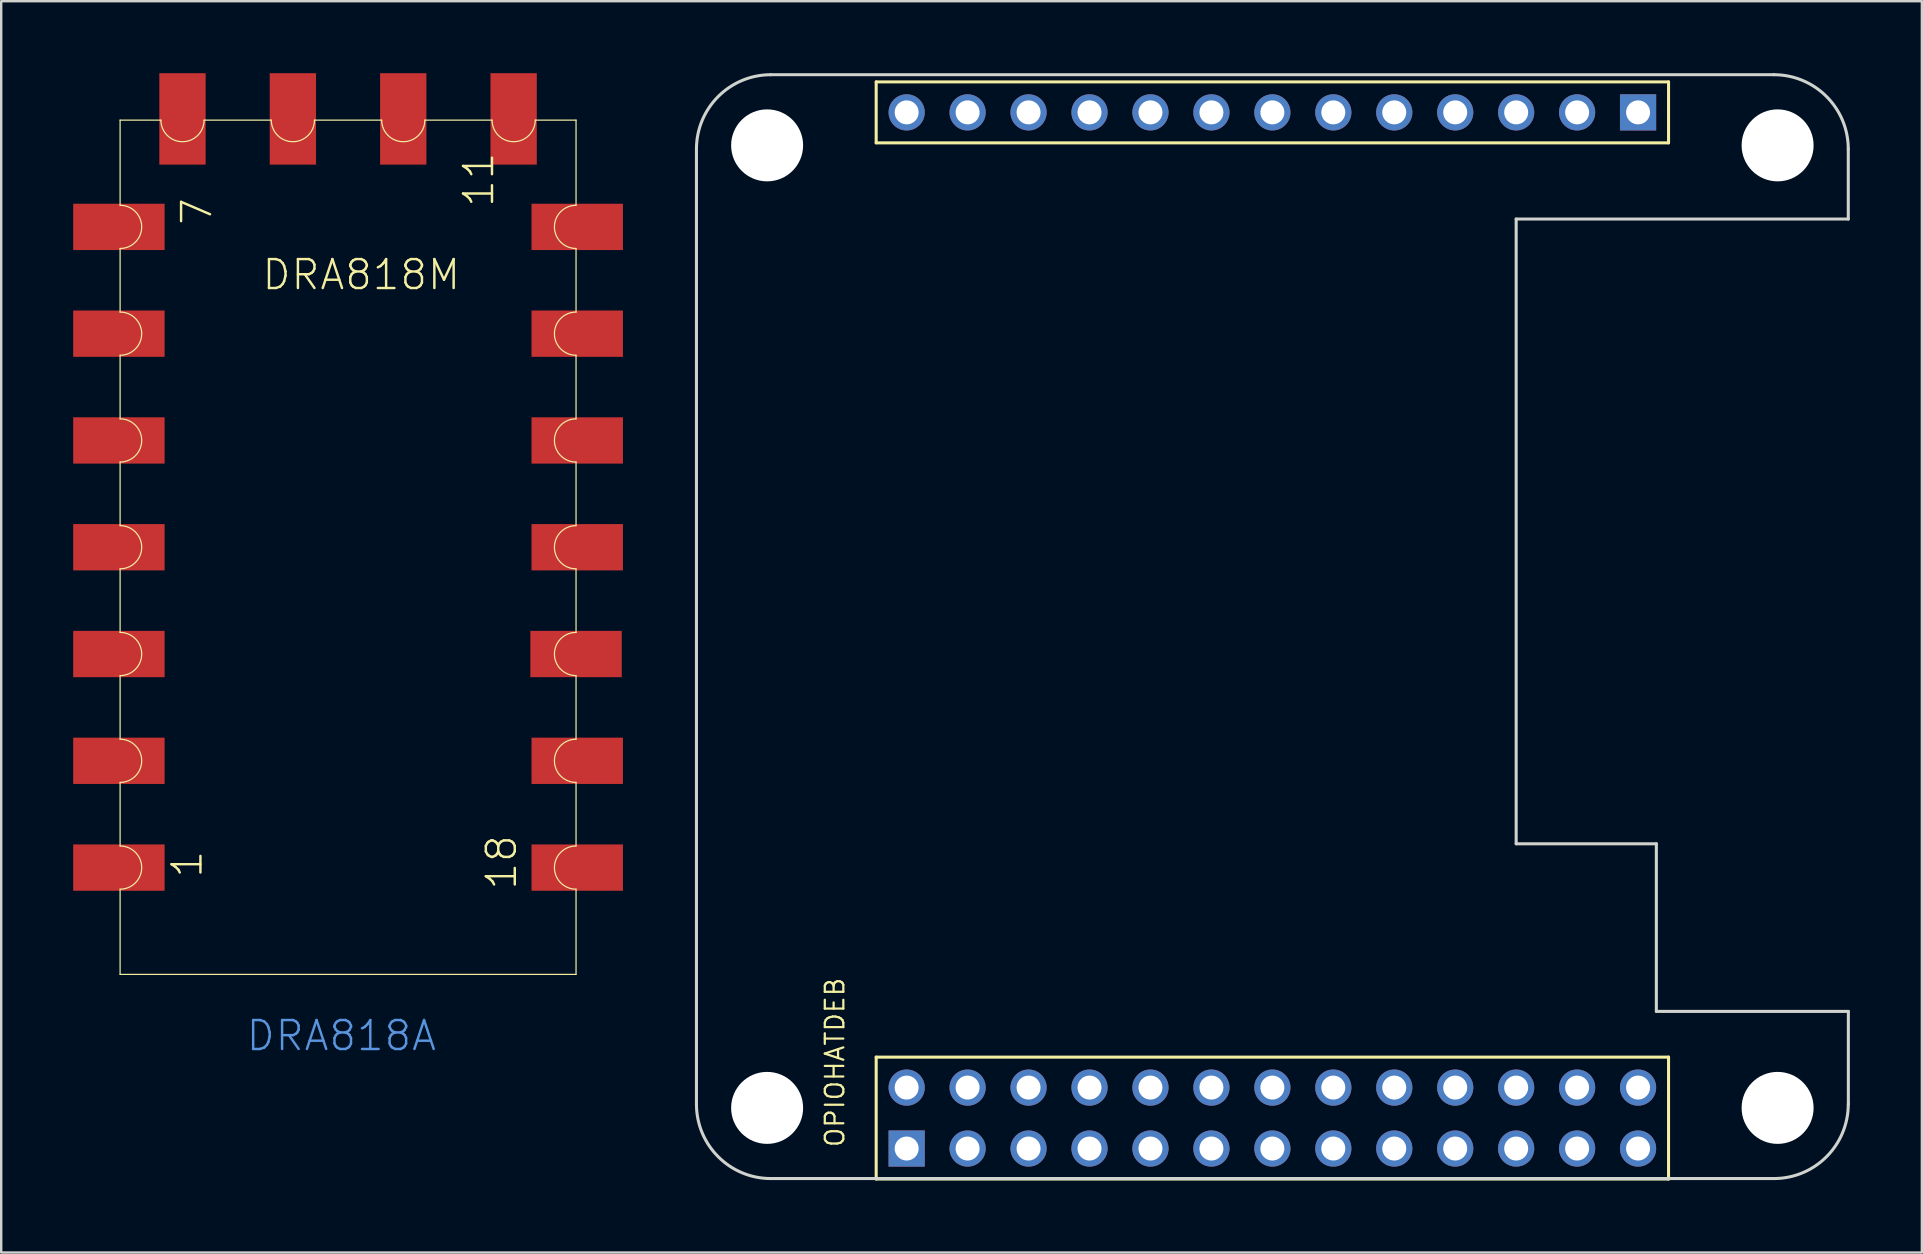
<source format=kicad_pcb>
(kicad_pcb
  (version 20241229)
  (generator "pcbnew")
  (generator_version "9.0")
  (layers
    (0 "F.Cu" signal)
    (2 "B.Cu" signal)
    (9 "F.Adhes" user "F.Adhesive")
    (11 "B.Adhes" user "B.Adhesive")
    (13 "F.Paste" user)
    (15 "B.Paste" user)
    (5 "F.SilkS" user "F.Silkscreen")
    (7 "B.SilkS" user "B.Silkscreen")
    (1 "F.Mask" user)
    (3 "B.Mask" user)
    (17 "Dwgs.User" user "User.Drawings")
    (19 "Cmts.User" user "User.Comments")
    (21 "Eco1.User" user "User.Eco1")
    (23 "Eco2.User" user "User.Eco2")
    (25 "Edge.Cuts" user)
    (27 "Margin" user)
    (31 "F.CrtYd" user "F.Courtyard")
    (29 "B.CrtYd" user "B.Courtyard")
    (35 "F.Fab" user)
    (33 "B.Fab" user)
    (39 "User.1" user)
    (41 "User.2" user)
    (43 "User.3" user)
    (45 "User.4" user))
  (footprint "DRA818A"
    (layer "F.Cu")
    (at 11.355 19.855)
    (property "Reference" "DRA818A" (at 3.85 19.55 0) (layer "Cmts.User") (effects (font (size 1.206 1.206) (thickness 0.102)) (justify right top)))
    (attr through_hole)
    (fp_line (start -9.4 -17.9) (end -9.4 -14.35) (stroke (width 0.05) (type solid)) (layer "F.SilkS"))
    (fp_line (start -9.4 -12.55) (end -9.4 -9.9) (stroke (width 0.05) (type solid)) (layer "F.SilkS"))
    (fp_line (start -9.4 -8.1) (end -9.4 -5.45) (stroke (width 0.05) (type solid)) (layer "F.SilkS"))
    (fp_line (start -9.4 -3.65) (end -9.4 -1) (stroke (width 0.05) (type solid)) (layer "F.SilkS"))
    (fp_line (start -9.4 0.8) (end -9.4 3.45) (stroke (width 0.05) (type solid)) (layer "F.SilkS"))
    (fp_line (start -9.4 5.25) (end -9.4 7.9) (stroke (width 0.05) (type solid)) (layer "F.SilkS"))
    (fp_line (start -9.4 9.7) (end -9.4 12.35) (stroke (width 0.05) (type solid)) (layer "F.SilkS"))
    (fp_line (start -9.4 14.15) (end -9.4 17.7) (stroke (width 0.05) (type solid)) (layer "F.SilkS"))
    (fp_line (start -9.4 17.7) (end 9.6 17.7) (stroke (width 0.05) (type solid)) (layer "F.SilkS"))
    (fp_line (start -7.7 -17.9) (end -9.4 -17.9) (stroke (width 0.05) (type solid)) (layer "F.SilkS"))
    (fp_line (start -3.1 -17.9) (end -5.9 -17.9) (stroke (width 0.05) (type solid)) (layer "F.SilkS"))
    (fp_line (start 1.5 -17.9) (end -1.3 -17.9) (stroke (width 0.05) (type solid)) (layer "F.SilkS"))
    (fp_line (start 6.1 -17.9) (end 3.3 -17.9) (stroke (width 0.05) (type solid)) (layer "F.SilkS"))
    (fp_line (start 9.6 -17.9) (end 7.9 -17.9) (stroke (width 0.05) (type solid)) (layer "F.SilkS"))
    (fp_line (start 9.6 -17.9) (end 9.6 -14.35) (stroke (width 0.05) (type solid)) (layer "F.SilkS"))
    (fp_line (start 9.6 -12.55) (end 9.6 -9.9) (stroke (width 0.05) (type solid)) (layer "F.SilkS"))
    (fp_line (start 9.6 -8.1) (end 9.6 -5.45) (stroke (width 0.05) (type solid)) (layer "F.SilkS"))
    (fp_line (start 9.6 -3.65) (end 9.6 -1) (stroke (width 0.05) (type solid)) (layer "F.SilkS"))
    (fp_line (start 9.6 0.8) (end 9.6 3.45) (stroke (width 0.05) (type solid)) (layer "F.SilkS"))
    (fp_line (start 9.6 5.25) (end 9.6 7.9) (stroke (width 0.05) (type solid)) (layer "F.SilkS"))
    (fp_line (start 9.6 9.7) (end 9.6 12.35) (stroke (width 0.05) (type solid)) (layer "F.SilkS"))
    (fp_line (start 9.6 14.15) (end 9.6 17.7) (stroke (width 0.05) (type solid)) (layer "F.SilkS"))
    (fp_arc (start -9.4 -14.35) (mid -8.5 -13.45) (end -9.4 -12.55) (stroke (width 0.05) (type solid)) (layer "F.SilkS"))
    (fp_arc (start -9.4 -9.9) (mid -8.5 -9) (end -9.4 -8.1) (stroke (width 0.05) (type solid)) (layer "F.SilkS"))
    (fp_arc (start -9.4 -5.45) (mid -8.5 -4.55) (end -9.4 -3.65) (stroke (width 0.05) (type solid)) (layer "F.SilkS"))
    (fp_arc (start -9.4 -1) (mid -8.5 -0.1) (end -9.4 0.8) (stroke (width 0.05) (type solid)) (layer "F.SilkS"))
    (fp_arc (start -9.4 3.45) (mid -8.5 4.35) (end -9.4 5.25) (stroke (width 0.05) (type solid)) (layer "F.SilkS"))
    (fp_arc (start -9.4 7.9) (mid -8.5 8.8) (end -9.4 9.7) (stroke (width 0.05) (type solid)) (layer "F.SilkS"))
    (fp_arc (start -9.4 12.35) (mid -8.5 13.25) (end -9.4 14.15) (stroke (width 0.05) (type solid)) (layer "F.SilkS"))
    (fp_arc (start -5.9 -17.9) (mid -6.8 -17) (end -7.7 -17.9) (stroke (width 0.05) (type solid)) (layer "F.SilkS"))
    (fp_arc (start -1.3 -17.9) (mid -2.2 -17) (end -3.1 -17.9) (stroke (width 0.05) (type solid)) (layer "F.SilkS"))
    (fp_arc (start 3.3 -17.9) (mid 2.4 -17) (end 1.5 -17.9) (stroke (width 0.05) (type solid)) (layer "F.SilkS"))
    (fp_arc (start 7.9 -17.9) (mid 7 -17) (end 6.1 -17.9) (stroke (width 0.05) (type solid)) (layer "F.SilkS"))
    (fp_arc (start 9.6 -12.55) (mid 8.7 -13.45) (end 9.6 -14.35) (stroke (width 0.05) (type solid)) (layer "F.SilkS"))
    (fp_arc (start 9.6 -8.1) (mid 8.7 -9) (end 9.6 -9.9) (stroke (width 0.05) (type solid)) (layer "F.SilkS"))
    (fp_arc (start 9.6 -3.65) (mid 8.7 -4.55) (end 9.6 -5.45) (stroke (width 0.05) (type solid)) (layer "F.SilkS"))
    (fp_arc (start 9.6 0.8) (mid 8.7 -0.1) (end 9.6 -1) (stroke (width 0.05) (type solid)) (layer "F.SilkS"))
    (fp_arc (start 9.6 5.25) (mid 8.7 4.35) (end 9.6 3.45) (stroke (width 0.05) (type solid)) (layer "F.SilkS"))
    (fp_arc (start 9.6 9.7) (mid 8.7 8.8) (end 9.6 7.9) (stroke (width 0.05) (type solid)) (layer "F.SilkS"))
    (fp_arc (start 9.6 14.15) (mid 8.7 13.25) (end 9.6 12.35) (stroke (width 0.05) (type solid)) (layer "F.SilkS"))
    (fp_text user "11" (at 6.25 -14.2 90) (layer "F.SilkS") (effects (font (size 1.206 1.206) (thickness 0.102)) (justify left bottom)))
    (fp_text user "1" (at -5.9 13.75 90) (layer "F.SilkS") (effects (font (size 1.206 1.206) (thickness 0.102)) (justify left bottom)))
    (fp_text user "DRA818M" (at -3.55 -10.75 0) (layer "F.SilkS") (effects (font (size 1.206 1.206) (thickness 0.102)) (justify left bottom)))
    (fp_text user "18" (at 7.2 14.25 90) (layer "F.SilkS") (effects (font (size 1.206 1.206) (thickness 0.102)) (justify left bottom)))
    (fp_text user "7" (at -5.5 -13.45 90) (layer "F.SilkS") (effects (font (size 1.206 1.206) (thickness 0.102)) (justify left bottom)))
    (pad "1" smd rect (at -9.45 13.25 180) (size 3.81 1.93) (layers "F.Cu" "F.Mask" "F.Paste"))
    (pad "2" smd rect (at -9.45 8.8 180) (size 3.81 1.93) (layers "F.Cu" "F.Mask" "F.Paste"))
    (pad "3" smd rect (at -9.45 4.35 180) (size 3.81 1.93) (layers "F.Cu" "F.Mask" "F.Paste"))
    (pad "4" smd rect (at -9.45 -0.1 180) (size 3.81 1.93) (layers "F.Cu" "F.Mask" "F.Paste"))
    (pad "5" smd rect (at -9.45 -4.55 180) (size 3.81 1.93) (layers "F.Cu" "F.Mask" "F.Paste"))
    (pad "6" smd rect (at -9.45 -9 180) (size 3.81 1.93) (layers "F.Cu" "F.Mask" "F.Paste"))
    (pad "7" smd rect (at -9.45 -13.45 180) (size 3.81 1.93) (layers "F.Cu" "F.Mask" "F.Paste"))
    (pad "8" smd rect (at -6.8 -17.95 270) (size 3.81 1.93) (layers "F.Cu" "F.Mask" "F.Paste"))
    (pad "9" smd rect (at -2.2 -17.95 270) (size 3.81 1.93) (layers "F.Cu" "F.Mask" "F.Paste"))
    (pad "10" smd rect (at 2.4 -17.95 270) (size 3.81 1.93) (layers "F.Cu" "F.Mask" "F.Paste"))
    (pad "11" smd rect (at 7 -17.95 270) (size 3.81 1.93) (layers "F.Cu" "F.Mask" "F.Paste"))
    (pad "12" smd rect (at 9.65 -13.45 180) (size 3.81 1.93) (layers "F.Cu" "F.Mask" "F.Paste"))
    (pad "13" smd rect (at 9.65 -9 180) (size 3.81 1.93) (layers "F.Cu" "F.Mask" "F.Paste"))
    (pad "14" smd rect (at 9.65 -4.55 180) (size 3.81 1.93) (layers "F.Cu" "F.Mask" "F.Paste"))
    (pad "15" smd rect (at 9.65 -0.1 180) (size 3.81 1.93) (layers "F.Cu" "F.Mask" "F.Paste"))
    (pad "16" smd rect (at 9.6 4.35 180) (size 3.81 1.93) (layers "F.Cu" "F.Mask" "F.Paste"))
    (pad "17" smd rect (at 9.65 8.8 180) (size 3.81 1.93) (layers "F.Cu" "F.Mask" "F.Paste"))
    (pad "18" smd rect (at 9.65 13.25 180) (size 3.81 1.93) (layers "F.Cu" "F.Mask" "F.Paste")))
  (footprint "OPIOHATDEB"
    (layer "F.Cu")
    (at 34.733 44.813)
    (property "Reference" "OPIOHATDEB" (at -2.54 0 90) (layer "F.SilkS") (effects (font (size 0.772 0.772) (thickness 0.093)) (justify left bottom)))
    (attr through_hole)
    (fp_line (start -1.27 -44.45) (end -1.27 -41.91) (stroke (width 0.127) (type solid)) (layer "F.SilkS"))
    (fp_line (start -1.27 -44.45) (end 31.75 -44.45) (stroke (width 0.127) (type solid)) (layer "F.SilkS"))
    (fp_line (start -1.27 -41.91) (end 31.75 -41.91) (stroke (width 0.127) (type solid)) (layer "F.SilkS"))
    (fp_line (start -1.27 -3.81) (end 31.75 -3.81) (stroke (width 0.127) (type solid)) (layer "F.SilkS"))
    (fp_line (start -1.27 1.27) (end -1.27 -3.81) (stroke (width 0.127) (type solid)) (layer "F.SilkS"))
    (fp_line (start -1.27 1.27) (end 31.75 1.27) (stroke (width 0.127) (type solid)) (layer "F.SilkS"))
    (fp_line (start 31.75 -41.91) (end 31.75 -44.45) (stroke (width 0.127) (type solid)) (layer "F.SilkS"))
    (fp_line (start 31.75 -3.81) (end 31.75 1.27) (stroke (width 0.127) (type solid)) (layer "F.SilkS"))
    (fp_line (start -8.76 -41.65) (end -8.76 -1.85) (stroke (width 0.127) (type solid)) (layer "Edge.Cuts"))
    (fp_line (start -5.66 1.25) (end 36.14 1.25) (stroke (width 0.127) (type solid)) (layer "Edge.Cuts"))
    (fp_line (start 25.4 -38.735) (end 25.4 -12.7) (stroke (width 0.127) (type solid)) (layer "Edge.Cuts"))
    (fp_line (start 25.4 -12.7) (end 31.242 -12.7) (stroke (width 0.127) (type solid)) (layer "Edge.Cuts"))
    (fp_line (start 31.242 -12.7) (end 31.242 -5.715) (stroke (width 0.127) (type solid)) (layer "Edge.Cuts"))
    (fp_line (start 31.242 -5.715) (end 39.243 -5.715) (stroke (width 0.127) (type solid)) (layer "Edge.Cuts"))
    (fp_line (start 36.14 -44.75) (end -5.66 -44.75) (stroke (width 0.127) (type solid)) (layer "Edge.Cuts"))
    (fp_line (start 39.24 -38.735) (end 25.4 -38.735) (stroke (width 0.127) (type solid)) (layer "Edge.Cuts"))
    (fp_line (start 39.24 -38.735) (end 39.24 -41.65) (stroke (width 0.127) (type solid)) (layer "Edge.Cuts"))
    (fp_line (start 39.243 -5.715) (end 39.243 -1.854) (stroke (width 0.127) (type solid)) (layer "Edge.Cuts"))
    (fp_arc (start -8.759953 -41.649609) (mid -7.851984 -43.84164) (end -5.659953 -44.749609) (stroke (width 0.127) (type solid)) (layer "Edge.Cuts"))
    (fp_arc (start -5.659953 1.250391) (mid -7.851984 0.342422) (end -8.759953 -1.849609) (stroke (width 0.127) (type solid)) (layer "Edge.Cuts"))
    (fp_arc (start 36.140046 -44.749609) (mid 38.332077 -43.84164) (end 39.240046 -41.649609) (stroke (width 0.127) (type solid)) (layer "Edge.Cuts"))
    (fp_arc (start 39.240045 -1.849609) (mid 38.332076 0.342421) (end 36.140046 1.25039) (stroke (width 0.127) (type solid)) (layer "Edge.Cuts"))
    (pad "" np_thru_hole circle (at -5.815 -41.805) (size 3 3) (drill 3) (layers "*.Cu" "*.Mask"))
    (pad "" np_thru_hole circle (at -5.815 -1.694) (size 3 3) (drill 3) (layers "*.Cu" "*.Mask"))
    (pad "" np_thru_hole circle (at 36.295 -41.805) (size 3 3) (drill 3) (layers "*.Cu" "*.Mask"))
    (pad "" np_thru_hole circle (at 36.295 -1.694) (size 3 3) (drill 3) (layers "*.Cu" "*.Mask"))
    (pad "1" thru_hole rect (at 0 0) (size 1.508 1.508) (drill 1) (layers "*.Cu" "*.Mask"))
    (pad "2" thru_hole circle (at 0 -2.54) (size 1.508 1.508) (drill 1) (layers "*.Cu" "*.Mask"))
    (pad "3" thru_hole circle (at 2.54 0) (size 1.508 1.508) (drill 1) (layers "*.Cu" "*.Mask"))
    (pad "4" thru_hole circle (at 2.54 -2.54) (size 1.508 1.508) (drill 1) (layers "*.Cu" "*.Mask"))
    (pad "5" thru_hole circle (at 5.08 0) (size 1.508 1.508) (drill 1) (layers "*.Cu" "*.Mask"))
    (pad "6" thru_hole circle (at 5.08 -2.54) (size 1.508 1.508) (drill 1) (layers "*.Cu" "*.Mask"))
    (pad "7" thru_hole circle (at 7.62 0) (size 1.508 1.508) (drill 1) (layers "*.Cu" "*.Mask"))
    (pad "8" thru_hole circle (at 7.62 -2.54) (size 1.508 1.508) (drill 1) (layers "*.Cu" "*.Mask"))
    (pad "9" thru_hole circle (at 10.16 0) (size 1.508 1.508) (drill 1) (layers "*.Cu" "*.Mask"))
    (pad "10" thru_hole circle (at 10.16 -2.54) (size 1.508 1.508) (drill 1) (layers "*.Cu" "*.Mask"))
    (pad "11" thru_hole circle (at 12.7 0) (size 1.508 1.508) (drill 1) (layers "*.Cu" "*.Mask"))
    (pad "12" thru_hole circle (at 12.7 -2.54) (size 1.508 1.508) (drill 1) (layers "*.Cu" "*.Mask"))
    (pad "13" thru_hole circle (at 15.24 0) (size 1.508 1.508) (drill 1) (layers "*.Cu" "*.Mask"))
    (pad "14" thru_hole circle (at 15.24 -2.54) (size 1.508 1.508) (drill 1) (layers "*.Cu" "*.Mask"))
    (pad "15" thru_hole circle (at 17.78 0) (size 1.508 1.508) (drill 1) (layers "*.Cu" "*.Mask"))
    (pad "16" thru_hole circle (at 17.78 -2.54) (size 1.508 1.508) (drill 1) (layers "*.Cu" "*.Mask"))
    (pad "17" thru_hole circle (at 20.32 0) (size 1.508 1.508) (drill 1) (layers "*.Cu" "*.Mask"))
    (pad "18" thru_hole circle (at 20.32 -2.54) (size 1.508 1.508) (drill 1) (layers "*.Cu" "*.Mask"))
    (pad "19" thru_hole circle (at 22.86 0) (size 1.508 1.508) (drill 1) (layers "*.Cu" "*.Mask"))
    (pad "20" thru_hole circle (at 22.86 -2.54) (size 1.508 1.508) (drill 1) (layers "*.Cu" "*.Mask"))
    (pad "21" thru_hole circle (at 25.4 0) (size 1.508 1.508) (drill 1) (layers "*.Cu" "*.Mask"))
    (pad "22" thru_hole circle (at 25.4 -2.54) (size 1.508 1.508) (drill 1) (layers "*.Cu" "*.Mask"))
    (pad "23" thru_hole circle (at 27.94 0) (size 1.508 1.508) (drill 1) (layers "*.Cu" "*.Mask"))
    (pad "24" thru_hole circle (at 27.94 -2.54) (size 1.508 1.508) (drill 1) (layers "*.Cu" "*.Mask"))
    (pad "25" thru_hole circle (at 30.48 0) (size 1.508 1.508) (drill 1) (layers "*.Cu" "*.Mask"))
    (pad "26" thru_hole circle (at 30.48 -2.54) (size 1.508 1.508) (drill 1) (layers "*.Cu" "*.Mask"))
    (pad "27" thru_hole rect (at 30.48 -43.18) (size 1.508 1.508) (drill 1) (layers "*.Cu" "*.Mask"))
    (pad "28" thru_hole circle (at 27.94 -43.18) (size 1.508 1.508) (drill 1) (layers "*.Cu" "*.Mask"))
    (pad "29" thru_hole circle (at 25.4 -43.18) (size 1.508 1.508) (drill 1) (layers "*.Cu" "*.Mask"))
    (pad "30" thru_hole circle (at 22.86 -43.18) (size 1.508 1.508) (drill 1) (layers "*.Cu" "*.Mask"))
    (pad "31" thru_hole circle (at 20.32 -43.18) (size 1.508 1.508) (drill 1) (layers "*.Cu" "*.Mask"))
    (pad "32" thru_hole circle (at 17.78 -43.18) (size 1.508 1.508) (drill 1) (layers "*.Cu" "*.Mask"))
    (pad "33" thru_hole circle (at 15.24 -43.18) (size 1.508 1.508) (drill 1) (layers "*.Cu" "*.Mask"))
    (pad "34" thru_hole circle (at 12.7 -43.18) (size 1.508 1.508) (drill 1) (layers "*.Cu" "*.Mask"))
    (pad "35" thru_hole circle (at 10.16 -43.18) (size 1.508 1.508) (drill 1) (layers "*.Cu" "*.Mask"))
    (pad "36" thru_hole circle (at 7.62 -43.18) (size 1.508 1.508) (drill 1) (layers "*.Cu" "*.Mask"))
    (pad "37" thru_hole circle (at 5.08 -43.18) (size 1.508 1.508) (drill 1) (layers "*.Cu" "*.Mask"))
    (pad "38" thru_hole circle (at 2.54 -43.18) (size 1.508 1.508) (drill 1) (layers "*.Cu" "*.Mask"))
    (pad "39" thru_hole circle (at 0 -43.18) (size 1.508 1.508) (drill 1) (layers "*.Cu" "*.Mask")))
  (gr_rect
    (start -3 -3)
    (end 77.04 49.147)
    (stroke (width 0.1) (type default))
    (fill no)
    (layer "Edge.Cuts")))
</source>
